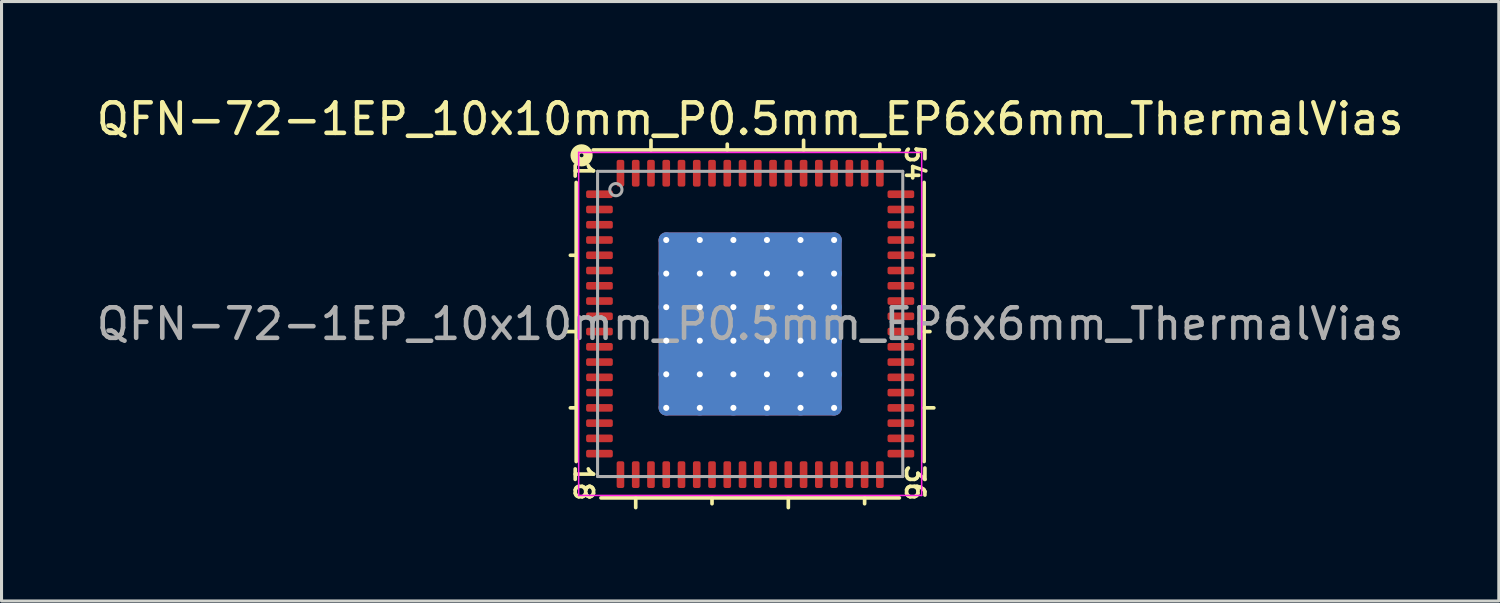
<source format=kicad_pcb>
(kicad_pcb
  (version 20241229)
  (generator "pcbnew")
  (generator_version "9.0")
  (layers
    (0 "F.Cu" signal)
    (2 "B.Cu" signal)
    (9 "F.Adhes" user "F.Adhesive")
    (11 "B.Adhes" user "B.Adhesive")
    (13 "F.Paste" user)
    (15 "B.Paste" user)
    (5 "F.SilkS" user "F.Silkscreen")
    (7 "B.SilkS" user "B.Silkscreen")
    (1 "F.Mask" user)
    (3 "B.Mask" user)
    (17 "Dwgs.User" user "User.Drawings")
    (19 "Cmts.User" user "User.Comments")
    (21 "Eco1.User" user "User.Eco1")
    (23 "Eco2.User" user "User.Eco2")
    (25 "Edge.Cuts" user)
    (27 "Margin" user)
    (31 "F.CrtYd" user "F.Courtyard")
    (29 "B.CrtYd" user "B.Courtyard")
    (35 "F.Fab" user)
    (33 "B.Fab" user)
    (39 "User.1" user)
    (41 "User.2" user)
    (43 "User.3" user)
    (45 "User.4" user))
  (footprint "QFN-72-1EP_10x10mm_P0.5mm_EP6x6mm_ThermalVias"
    (layer "F.Cu")
    (at 21.53 7.564)
    (property "Reference" "QFN-72-1EP_10x10mm_P0.5mm_EP6x6mm_ThermalVias" (at 0 -6.716 0) (layer "F.SilkS") (effects (font (size 1 1) (thickness 0.15))))
    (attr smd)
    (fp_line (start -5.7 -4.636) (end -5.7 4.508) (stroke (width 0.12) (type solid)) (layer "F.SilkS"))
    (fp_line (start -5.7 -2.25) (end -5.891 -2.25) (stroke (width 0.12) (type solid)) (layer "F.SilkS"))
    (fp_line (start -5.7 0.25) (end -6.018 0.25) (stroke (width 0.12) (type solid)) (layer "F.SilkS"))
    (fp_line (start -5.7 2.75) (end -5.891 2.75) (stroke (width 0.12) (type solid)) (layer "F.SilkS"))
    (fp_line (start -4.889 5.7) (end 4.889 5.7) (stroke (width 0.12) (type solid)) (layer "F.SilkS"))
    (fp_line (start -3.75 5.7) (end -3.75 6.018) (stroke (width 0.12) (type solid)) (layer "F.SilkS"))
    (fp_line (start -3.25 -5.7) (end -3.25 -6.018) (stroke (width 0.12) (type solid)) (layer "F.SilkS"))
    (fp_line (start -1.25 5.7) (end -1.25 5.891) (stroke (width 0.12) (type solid)) (layer "F.SilkS"))
    (fp_line (start -0.75 -5.7) (end -0.75 -5.891) (stroke (width 0.12) (type solid)) (layer "F.SilkS"))
    (fp_line (start 1.25 5.7) (end 1.25 6.018) (stroke (width 0.12) (type solid)) (layer "F.SilkS"))
    (fp_line (start 1.75 -5.7) (end 1.75 -6.018) (stroke (width 0.12) (type solid)) (layer "F.SilkS"))
    (fp_line (start 3.75 5.7) (end 3.75 5.891) (stroke (width 0.12) (type solid)) (layer "F.SilkS"))
    (fp_line (start 4.25 -5.7) (end 4.25 -5.891) (stroke (width 0.12) (type solid)) (layer "F.SilkS"))
    (fp_line (start 4.889 -5.7) (end -5.144 -5.7) (stroke (width 0.12) (type solid)) (layer "F.SilkS"))
    (fp_line (start 5.7 -2.25) (end 6.018 -2.25) (stroke (width 0.12) (type solid)) (layer "F.SilkS"))
    (fp_line (start 5.7 0.25) (end 5.891 0.25) (stroke (width 0.12) (type solid)) (layer "F.SilkS"))
    (fp_line (start 5.7 2.75) (end 6.018 2.75) (stroke (width 0.12) (type solid)) (layer "F.SilkS"))
    (fp_line (start 5.7 4.508) (end 5.7 -4.636) (stroke (width 0.12) (type solid)) (layer "F.SilkS"))
    (fp_circle (center -5.524 -5.524) (end -5.461 -5.524) (stroke (width 0.3) (type solid)) (fill no) (layer "F.SilkS"))
    (fp_line (start -5.62 -5.62) (end -5.62 5.62) (stroke (width 0.05) (type solid)) (layer "F.CrtYd"))
    (fp_line (start -5.62 5.62) (end 5.62 5.62) (stroke (width 0.05) (type solid)) (layer "F.CrtYd"))
    (fp_line (start 5.62 -5.62) (end -5.62 -5.62) (stroke (width 0.05) (type solid)) (layer "F.CrtYd"))
    (fp_line (start 5.62 5.62) (end 5.62 -5.62) (stroke (width 0.05) (type solid)) (layer "F.CrtYd"))
    (fp_line (start -5 -5) (end 5 -5) (stroke (width 0.1) (type solid)) (layer "F.Fab"))
    (fp_line (start -5 5) (end -5 -5) (stroke (width 0.1) (type solid)) (layer "F.Fab"))
    (fp_line (start 5 -5) (end 5 5) (stroke (width 0.1) (type solid)) (layer "F.Fab"))
    (fp_line (start 5 5) (end -5 5) (stroke (width 0.1) (type solid)) (layer "F.Fab"))
    (fp_circle (center -4.4 -4.4) (end -4.2 -4.4) (stroke (width 0.1) (type solid)) (fill no) (layer "F.Fab"))
    (fp_text user "54" (at 5.397 -5.271 270) (unlocked yes) (layer "F.SilkS") (effects (font (size 0.6 0.6) (thickness 0.12))))
    (fp_text user "1" (at -5.461 -5.016 270) (unlocked yes) (layer "F.SilkS") (effects (font (size 0.6 0.6) (thickness 0.12))))
    (fp_text user "18" (at -5.461 5.207 270) (unlocked yes) (layer "F.SilkS") (effects (font (size 0.6 0.6) (thickness 0.12))))
    (fp_text user "36" (at 5.397 5.207 270) (unlocked yes) (layer "F.SilkS") (effects (font (size 0.6 0.6) (thickness 0.12))))
    (fp_text user "${REFERENCE}" (at 0 0 0) (layer "F.Fab") (effects (font (size 1 1) (thickness 0.15))))
    (pad "" smd roundrect (at -2.2 -2.2) (size 0.93 0.93) (layers "F.Paste") (roundrect_rratio 0.25))
    (pad "" smd roundrect (at -2.2 -1.1) (size 0.93 0.93) (layers "F.Paste") (roundrect_rratio 0.25))
    (pad "" smd roundrect (at -2.2 0) (size 0.93 0.93) (layers "F.Paste") (roundrect_rratio 0.25))
    (pad "" smd roundrect (at -2.2 1.1) (size 0.93 0.93) (layers "F.Paste") (roundrect_rratio 0.25))
    (pad "" smd roundrect (at -2.2 2.2) (size 0.93 0.93) (layers "F.Paste") (roundrect_rratio 0.25))
    (pad "" smd roundrect (at -1.1 -2.2) (size 0.93 0.93) (layers "F.Paste") (roundrect_rratio 0.25))
    (pad "" smd roundrect (at -1.1 -1.1) (size 0.93 0.93) (layers "F.Paste") (roundrect_rratio 0.25))
    (pad "" smd roundrect (at -1.1 0) (size 0.93 0.93) (layers "F.Paste") (roundrect_rratio 0.25))
    (pad "" smd roundrect (at -1.1 1.1) (size 0.93 0.93) (layers "F.Paste") (roundrect_rratio 0.25))
    (pad "" smd roundrect (at -1.1 2.2) (size 0.93 0.93) (layers "F.Paste") (roundrect_rratio 0.25))
    (pad "" smd roundrect (at 0 -2.2) (size 0.93 0.93) (layers "F.Paste") (roundrect_rratio 0.25))
    (pad "" smd roundrect (at 0 -1.1) (size 0.93 0.93) (layers "F.Paste") (roundrect_rratio 0.25))
    (pad "" smd roundrect (at 0 0) (size 0.93 0.93) (layers "F.Paste") (roundrect_rratio 0.25))
    (pad "" smd roundrect (at 0 1.1) (size 0.93 0.93) (layers "F.Paste") (roundrect_rratio 0.25))
    (pad "" smd roundrect (at 0 2.2) (size 0.93 0.93) (layers "F.Paste") (roundrect_rratio 0.25))
    (pad "" smd roundrect (at 1.1 -2.2) (size 0.93 0.93) (layers "F.Paste") (roundrect_rratio 0.25))
    (pad "" smd roundrect (at 1.1 -1.1) (size 0.93 0.93) (layers "F.Paste") (roundrect_rratio 0.25))
    (pad "" smd roundrect (at 1.1 0) (size 0.93 0.93) (layers "F.Paste") (roundrect_rratio 0.25))
    (pad "" smd roundrect (at 1.1 1.1) (size 0.93 0.93) (layers "F.Paste") (roundrect_rratio 0.25))
    (pad "" smd roundrect (at 1.1 2.2) (size 0.93 0.93) (layers "F.Paste") (roundrect_rratio 0.25))
    (pad "" smd roundrect (at 2.2 -2.2) (size 0.93 0.93) (layers "F.Paste") (roundrect_rratio 0.25))
    (pad "" smd roundrect (at 2.2 -1.1) (size 0.93 0.93) (layers "F.Paste") (roundrect_rratio 0.25))
    (pad "" smd roundrect (at 2.2 0) (size 0.93 0.93) (layers "F.Paste") (roundrect_rratio 0.25))
    (pad "" smd roundrect (at 2.2 1.1) (size 0.93 0.93) (layers "F.Paste") (roundrect_rratio 0.25))
    (pad "" smd roundrect (at 2.2 2.2) (size 0.93 0.93) (layers "F.Paste") (roundrect_rratio 0.25))
    (pad "1" smd roundrect (at -4.938 -4.25) (size 0.875 0.25) (layers "F.Cu" "F.Mask" "F.Paste") (roundrect_rratio 0.25))
    (pad "2" smd roundrect (at -4.938 -3.75) (size 0.875 0.25) (layers "F.Cu" "F.Mask" "F.Paste") (roundrect_rratio 0.25))
    (pad "3" smd roundrect (at -4.938 -3.25) (size 0.875 0.25) (layers "F.Cu" "F.Mask" "F.Paste") (roundrect_rratio 0.25))
    (pad "4" smd roundrect (at -4.938 -2.75) (size 0.875 0.25) (layers "F.Cu" "F.Mask" "F.Paste") (roundrect_rratio 0.25))
    (pad "5" smd roundrect (at -4.938 -2.25) (size 0.875 0.25) (layers "F.Cu" "F.Mask" "F.Paste") (roundrect_rratio 0.25))
    (pad "6" smd roundrect (at -4.938 -1.75) (size 0.875 0.25) (layers "F.Cu" "F.Mask" "F.Paste") (roundrect_rratio 0.25))
    (pad "7" smd roundrect (at -4.938 -1.25) (size 0.875 0.25) (layers "F.Cu" "F.Mask" "F.Paste") (roundrect_rratio 0.25))
    (pad "8" smd roundrect (at -4.938 -0.75) (size 0.875 0.25) (layers "F.Cu" "F.Mask" "F.Paste") (roundrect_rratio 0.25))
    (pad "9" smd roundrect (at -4.938 -0.25) (size 0.875 0.25) (layers "F.Cu" "F.Mask" "F.Paste") (roundrect_rratio 0.25))
    (pad "10" smd roundrect (at -4.938 0.25) (size 0.875 0.25) (layers "F.Cu" "F.Mask" "F.Paste") (roundrect_rratio 0.25))
    (pad "11" smd roundrect (at -4.938 0.75) (size 0.875 0.25) (layers "F.Cu" "F.Mask" "F.Paste") (roundrect_rratio 0.25))
    (pad "12" smd roundrect (at -4.938 1.25) (size 0.875 0.25) (layers "F.Cu" "F.Mask" "F.Paste") (roundrect_rratio 0.25))
    (pad "13" smd roundrect (at -4.938 1.75) (size 0.875 0.25) (layers "F.Cu" "F.Mask" "F.Paste") (roundrect_rratio 0.25))
    (pad "14" smd roundrect (at -4.938 2.25) (size 0.875 0.25) (layers "F.Cu" "F.Mask" "F.Paste") (roundrect_rratio 0.25))
    (pad "15" smd roundrect (at -4.938 2.75) (size 0.875 0.25) (layers "F.Cu" "F.Mask" "F.Paste") (roundrect_rratio 0.25))
    (pad "16" smd roundrect (at -4.938 3.25) (size 0.875 0.25) (layers "F.Cu" "F.Mask" "F.Paste") (roundrect_rratio 0.25))
    (pad "17" smd roundrect (at -4.938 3.75) (size 0.875 0.25) (layers "F.Cu" "F.Mask" "F.Paste") (roundrect_rratio 0.25))
    (pad "18" smd roundrect (at -4.938 4.25) (size 0.875 0.25) (layers "F.Cu" "F.Mask" "F.Paste") (roundrect_rratio 0.25))
    (pad "19" smd roundrect (at -4.25 4.938) (size 0.25 0.875) (layers "F.Cu" "F.Mask" "F.Paste") (roundrect_rratio 0.25))
    (pad "20" smd roundrect (at -3.75 4.938) (size 0.25 0.875) (layers "F.Cu" "F.Mask" "F.Paste") (roundrect_rratio 0.25))
    (pad "21" smd roundrect (at -3.25 4.938) (size 0.25 0.875) (layers "F.Cu" "F.Mask" "F.Paste") (roundrect_rratio 0.25))
    (pad "22" smd roundrect (at -2.75 4.938) (size 0.25 0.875) (layers "F.Cu" "F.Mask" "F.Paste") (roundrect_rratio 0.25))
    (pad "23" smd roundrect (at -2.25 4.938) (size 0.25 0.875) (layers "F.Cu" "F.Mask" "F.Paste") (roundrect_rratio 0.25))
    (pad "24" smd roundrect (at -1.75 4.938) (size 0.25 0.875) (layers "F.Cu" "F.Mask" "F.Paste") (roundrect_rratio 0.25))
    (pad "25" smd roundrect (at -1.25 4.938) (size 0.25 0.875) (layers "F.Cu" "F.Mask" "F.Paste") (roundrect_rratio 0.25))
    (pad "26" smd roundrect (at -0.75 4.938) (size 0.25 0.875) (layers "F.Cu" "F.Mask" "F.Paste") (roundrect_rratio 0.25))
    (pad "27" smd roundrect (at -0.25 4.938) (size 0.25 0.875) (layers "F.Cu" "F.Mask" "F.Paste") (roundrect_rratio 0.25))
    (pad "28" smd roundrect (at 0.25 4.938) (size 0.25 0.875) (layers "F.Cu" "F.Mask" "F.Paste") (roundrect_rratio 0.25))
    (pad "29" smd roundrect (at 0.75 4.938) (size 0.25 0.875) (layers "F.Cu" "F.Mask" "F.Paste") (roundrect_rratio 0.25))
    (pad "30" smd roundrect (at 1.25 4.938) (size 0.25 0.875) (layers "F.Cu" "F.Mask" "F.Paste") (roundrect_rratio 0.25))
    (pad "31" smd roundrect (at 1.75 4.938) (size 0.25 0.875) (layers "F.Cu" "F.Mask" "F.Paste") (roundrect_rratio 0.25))
    (pad "32" smd roundrect (at 2.25 4.938) (size 0.25 0.875) (layers "F.Cu" "F.Mask" "F.Paste") (roundrect_rratio 0.25))
    (pad "33" smd roundrect (at 2.75 4.938) (size 0.25 0.875) (layers "F.Cu" "F.Mask" "F.Paste") (roundrect_rratio 0.25))
    (pad "34" smd roundrect (at 3.25 4.938) (size 0.25 0.875) (layers "F.Cu" "F.Mask" "F.Paste") (roundrect_rratio 0.25))
    (pad "35" smd roundrect (at 3.75 4.938) (size 0.25 0.875) (layers "F.Cu" "F.Mask" "F.Paste") (roundrect_rratio 0.25))
    (pad "36" smd roundrect (at 4.25 4.938) (size 0.25 0.875) (layers "F.Cu" "F.Mask" "F.Paste") (roundrect_rratio 0.25))
    (pad "37" smd roundrect (at 4.938 4.25) (size 0.875 0.25) (layers "F.Cu" "F.Mask" "F.Paste") (roundrect_rratio 0.25))
    (pad "38" smd roundrect (at 4.938 3.75) (size 0.875 0.25) (layers "F.Cu" "F.Mask" "F.Paste") (roundrect_rratio 0.25))
    (pad "39" smd roundrect (at 4.938 3.25) (size 0.875 0.25) (layers "F.Cu" "F.Mask" "F.Paste") (roundrect_rratio 0.25))
    (pad "40" smd roundrect (at 4.938 2.75) (size 0.875 0.25) (layers "F.Cu" "F.Mask" "F.Paste") (roundrect_rratio 0.25))
    (pad "41" smd roundrect (at 4.938 2.25) (size 0.875 0.25) (layers "F.Cu" "F.Mask" "F.Paste") (roundrect_rratio 0.25))
    (pad "42" smd roundrect (at 4.938 1.75) (size 0.875 0.25) (layers "F.Cu" "F.Mask" "F.Paste") (roundrect_rratio 0.25))
    (pad "43" smd roundrect (at 4.938 1.25) (size 0.875 0.25) (layers "F.Cu" "F.Mask" "F.Paste") (roundrect_rratio 0.25))
    (pad "44" smd roundrect (at 4.938 0.75) (size 0.875 0.25) (layers "F.Cu" "F.Mask" "F.Paste") (roundrect_rratio 0.25))
    (pad "45" smd roundrect (at 4.938 0.25) (size 0.875 0.25) (layers "F.Cu" "F.Mask" "F.Paste") (roundrect_rratio 0.25))
    (pad "46" smd roundrect (at 4.938 -0.25) (size 0.875 0.25) (layers "F.Cu" "F.Mask" "F.Paste") (roundrect_rratio 0.25))
    (pad "47" smd roundrect (at 4.938 -0.75) (size 0.875 0.25) (layers "F.Cu" "F.Mask" "F.Paste") (roundrect_rratio 0.25))
    (pad "48" smd roundrect (at 4.938 -1.25) (size 0.875 0.25) (layers "F.Cu" "F.Mask" "F.Paste") (roundrect_rratio 0.25))
    (pad "49" smd roundrect (at 4.938 -1.75) (size 0.875 0.25) (layers "F.Cu" "F.Mask" "F.Paste") (roundrect_rratio 0.25))
    (pad "50" smd roundrect (at 4.938 -2.25) (size 0.875 0.25) (layers "F.Cu" "F.Mask" "F.Paste") (roundrect_rratio 0.25))
    (pad "51" smd roundrect (at 4.938 -2.75) (size 0.875 0.25) (layers "F.Cu" "F.Mask" "F.Paste") (roundrect_rratio 0.25))
    (pad "52" smd roundrect (at 4.938 -3.25) (size 0.875 0.25) (layers "F.Cu" "F.Mask" "F.Paste") (roundrect_rratio 0.25))
    (pad "53" smd roundrect (at 4.938 -3.75) (size 0.875 0.25) (layers "F.Cu" "F.Mask" "F.Paste") (roundrect_rratio 0.25))
    (pad "54" smd roundrect (at 4.938 -4.25) (size 0.875 0.25) (layers "F.Cu" "F.Mask" "F.Paste") (roundrect_rratio 0.25))
    (pad "55" smd roundrect (at 4.25 -4.938) (size 0.25 0.875) (layers "F.Cu" "F.Mask" "F.Paste") (roundrect_rratio 0.25))
    (pad "56" smd roundrect (at 3.75 -4.938) (size 0.25 0.875) (layers "F.Cu" "F.Mask" "F.Paste") (roundrect_rratio 0.25))
    (pad "57" smd roundrect (at 3.25 -4.938) (size 0.25 0.875) (layers "F.Cu" "F.Mask" "F.Paste") (roundrect_rratio 0.25))
    (pad "58" smd roundrect (at 2.75 -4.938) (size 0.25 0.875) (layers "F.Cu" "F.Mask" "F.Paste") (roundrect_rratio 0.25))
    (pad "59" smd roundrect (at 2.25 -4.938) (size 0.25 0.875) (layers "F.Cu" "F.Mask" "F.Paste") (roundrect_rratio 0.25))
    (pad "60" smd roundrect (at 1.75 -4.938) (size 0.25 0.875) (layers "F.Cu" "F.Mask" "F.Paste") (roundrect_rratio 0.25))
    (pad "61" smd roundrect (at 1.25 -4.938) (size 0.25 0.875) (layers "F.Cu" "F.Mask" "F.Paste") (roundrect_rratio 0.25))
    (pad "62" smd roundrect (at 0.75 -4.938) (size 0.25 0.875) (layers "F.Cu" "F.Mask" "F.Paste") (roundrect_rratio 0.25))
    (pad "63" smd roundrect (at 0.25 -4.938) (size 0.25 0.875) (layers "F.Cu" "F.Mask" "F.Paste") (roundrect_rratio 0.25))
    (pad "64" smd roundrect (at -0.25 -4.938) (size 0.25 0.875) (layers "F.Cu" "F.Mask" "F.Paste") (roundrect_rratio 0.25))
    (pad "65" smd roundrect (at -0.75 -4.938) (size 0.25 0.875) (layers "F.Cu" "F.Mask" "F.Paste") (roundrect_rratio 0.25))
    (pad "66" smd roundrect (at -1.25 -4.938) (size 0.25 0.875) (layers "F.Cu" "F.Mask" "F.Paste") (roundrect_rratio 0.25))
    (pad "67" smd roundrect (at -1.75 -4.938) (size 0.25 0.875) (layers "F.Cu" "F.Mask" "F.Paste") (roundrect_rratio 0.25))
    (pad "68" smd roundrect (at -2.25 -4.938) (size 0.25 0.875) (layers "F.Cu" "F.Mask" "F.Paste") (roundrect_rratio 0.25))
    (pad "69" smd roundrect (at -2.75 -4.938) (size 0.25 0.875) (layers "F.Cu" "F.Mask" "F.Paste") (roundrect_rratio 0.25))
    (pad "70" smd roundrect (at -3.25 -4.938) (size 0.25 0.875) (layers "F.Cu" "F.Mask" "F.Paste") (roundrect_rratio 0.25))
    (pad "71" smd roundrect (at -3.75 -4.938) (size 0.25 0.875) (layers "F.Cu" "F.Mask" "F.Paste") (roundrect_rratio 0.25))
    (pad "72" smd roundrect (at -4.25 -4.938) (size 0.25 0.875) (layers "F.Cu" "F.Mask" "F.Paste") (roundrect_rratio 0.25))
    (pad "73" thru_hole circle (at -2.75 -2.75) (size 0.5 0.5) (drill 0.2) (property pad_prop_heatsink) (layers "*.Cu"))
    (pad "73" thru_hole circle (at -2.75 -1.65) (size 0.5 0.5) (drill 0.2) (property pad_prop_heatsink) (layers "*.Cu"))
    (pad "73" thru_hole circle (at -2.75 -0.55) (size 0.5 0.5) (drill 0.2) (property pad_prop_heatsink) (layers "*.Cu"))
    (pad "73" thru_hole circle (at -2.75 0.55) (size 0.5 0.5) (drill 0.2) (property pad_prop_heatsink) (layers "*.Cu"))
    (pad "73" thru_hole circle (at -2.75 1.65) (size 0.5 0.5) (drill 0.2) (property pad_prop_heatsink) (layers "*.Cu"))
    (pad "73" thru_hole circle (at -2.75 2.75) (size 0.5 0.5) (drill 0.2) (property pad_prop_heatsink) (layers "*.Cu"))
    (pad "73" thru_hole circle (at -1.65 -2.75) (size 0.5 0.5) (drill 0.2) (property pad_prop_heatsink) (layers "*.Cu"))
    (pad "73" thru_hole circle (at -1.65 -1.65) (size 0.5 0.5) (drill 0.2) (property pad_prop_heatsink) (layers "*.Cu"))
    (pad "73" thru_hole circle (at -1.65 -0.55) (size 0.5 0.5) (drill 0.2) (property pad_prop_heatsink) (layers "*.Cu"))
    (pad "73" thru_hole circle (at -1.65 0.55) (size 0.5 0.5) (drill 0.2) (property pad_prop_heatsink) (layers "*.Cu"))
    (pad "73" thru_hole circle (at -1.65 1.65) (size 0.5 0.5) (drill 0.2) (property pad_prop_heatsink) (layers "*.Cu"))
    (pad "73" thru_hole circle (at -1.65 2.75) (size 0.5 0.5) (drill 0.2) (property pad_prop_heatsink) (layers "*.Cu"))
    (pad "73" thru_hole circle (at -0.55 -2.75) (size 0.5 0.5) (drill 0.2) (property pad_prop_heatsink) (layers "*.Cu"))
    (pad "73" thru_hole circle (at -0.55 -1.65) (size 0.5 0.5) (drill 0.2) (property pad_prop_heatsink) (layers "*.Cu"))
    (pad "73" thru_hole circle (at -0.55 -0.55) (size 0.5 0.5) (drill 0.2) (property pad_prop_heatsink) (layers "*.Cu"))
    (pad "73" thru_hole circle (at -0.55 0.55) (size 0.5 0.5) (drill 0.2) (property pad_prop_heatsink) (layers "*.Cu"))
    (pad "73" thru_hole circle (at -0.55 1.65) (size 0.5 0.5) (drill 0.2) (property pad_prop_heatsink) (layers "*.Cu"))
    (pad "73" thru_hole circle (at -0.55 2.75) (size 0.5 0.5) (drill 0.2) (property pad_prop_heatsink) (layers "*.Cu"))
    (pad "73" smd roundrect (at 0 0) (size 6 6) (layers "F.Cu" "F.Mask") (roundrect_rratio 0.042))
    (pad "73" smd roundrect (at 0 0) (size 6 6) (layers "B.Cu" "B.Mask") (roundrect_rratio 0.042))
    (pad "73" thru_hole circle (at 0.55 -2.75) (size 0.5 0.5) (drill 0.2) (property pad_prop_heatsink) (layers "*.Cu"))
    (pad "73" thru_hole circle (at 0.55 -1.65) (size 0.5 0.5) (drill 0.2) (property pad_prop_heatsink) (layers "*.Cu"))
    (pad "73" thru_hole circle (at 0.55 -0.55) (size 0.5 0.5) (drill 0.2) (property pad_prop_heatsink) (layers "*.Cu"))
    (pad "73" thru_hole circle (at 0.55 0.55) (size 0.5 0.5) (drill 0.2) (property pad_prop_heatsink) (layers "*.Cu"))
    (pad "73" thru_hole circle (at 0.55 1.65) (size 0.5 0.5) (drill 0.2) (property pad_prop_heatsink) (layers "*.Cu"))
    (pad "73" thru_hole circle (at 0.55 2.75) (size 0.5 0.5) (drill 0.2) (property pad_prop_heatsink) (layers "*.Cu"))
    (pad "73" thru_hole circle (at 1.65 -2.75) (size 0.5 0.5) (drill 0.2) (property pad_prop_heatsink) (layers "*.Cu"))
    (pad "73" thru_hole circle (at 1.65 -1.65) (size 0.5 0.5) (drill 0.2) (property pad_prop_heatsink) (layers "*.Cu"))
    (pad "73" thru_hole circle (at 1.65 -0.55) (size 0.5 0.5) (drill 0.2) (property pad_prop_heatsink) (layers "*.Cu"))
    (pad "73" thru_hole circle (at 1.65 0.55) (size 0.5 0.5) (drill 0.2) (property pad_prop_heatsink) (layers "*.Cu"))
    (pad "73" thru_hole circle (at 1.65 1.65) (size 0.5 0.5) (drill 0.2) (property pad_prop_heatsink) (layers "*.Cu"))
    (pad "73" thru_hole circle (at 1.65 2.75) (size 0.5 0.5) (drill 0.2) (property pad_prop_heatsink) (layers "*.Cu"))
    (pad "73" thru_hole circle (at 2.75 -2.75) (size 0.5 0.5) (drill 0.2) (property pad_prop_heatsink) (layers "*.Cu"))
    (pad "73" thru_hole circle (at 2.75 -1.65) (size 0.5 0.5) (drill 0.2) (property pad_prop_heatsink) (layers "*.Cu"))
    (pad "73" thru_hole circle (at 2.75 -0.55) (size 0.5 0.5) (drill 0.2) (property pad_prop_heatsink) (layers "*.Cu"))
    (pad "73" thru_hole circle (at 2.75 0.55) (size 0.5 0.5) (drill 0.2) (property pad_prop_heatsink) (layers "*.Cu"))
    (pad "73" thru_hole circle (at 2.75 1.65) (size 0.5 0.5) (drill 0.2) (property pad_prop_heatsink) (layers "*.Cu"))
    (pad "73" thru_hole circle (at 2.75 2.75) (size 0.5 0.5) (drill 0.2) (property pad_prop_heatsink) (layers "*.Cu")))
  (gr_rect
    (start -3 -3)
    (end 46.06 16.642)
    (stroke (width 0.1) (type default))
    (fill no)
    (layer "Edge.Cuts")))
</source>
